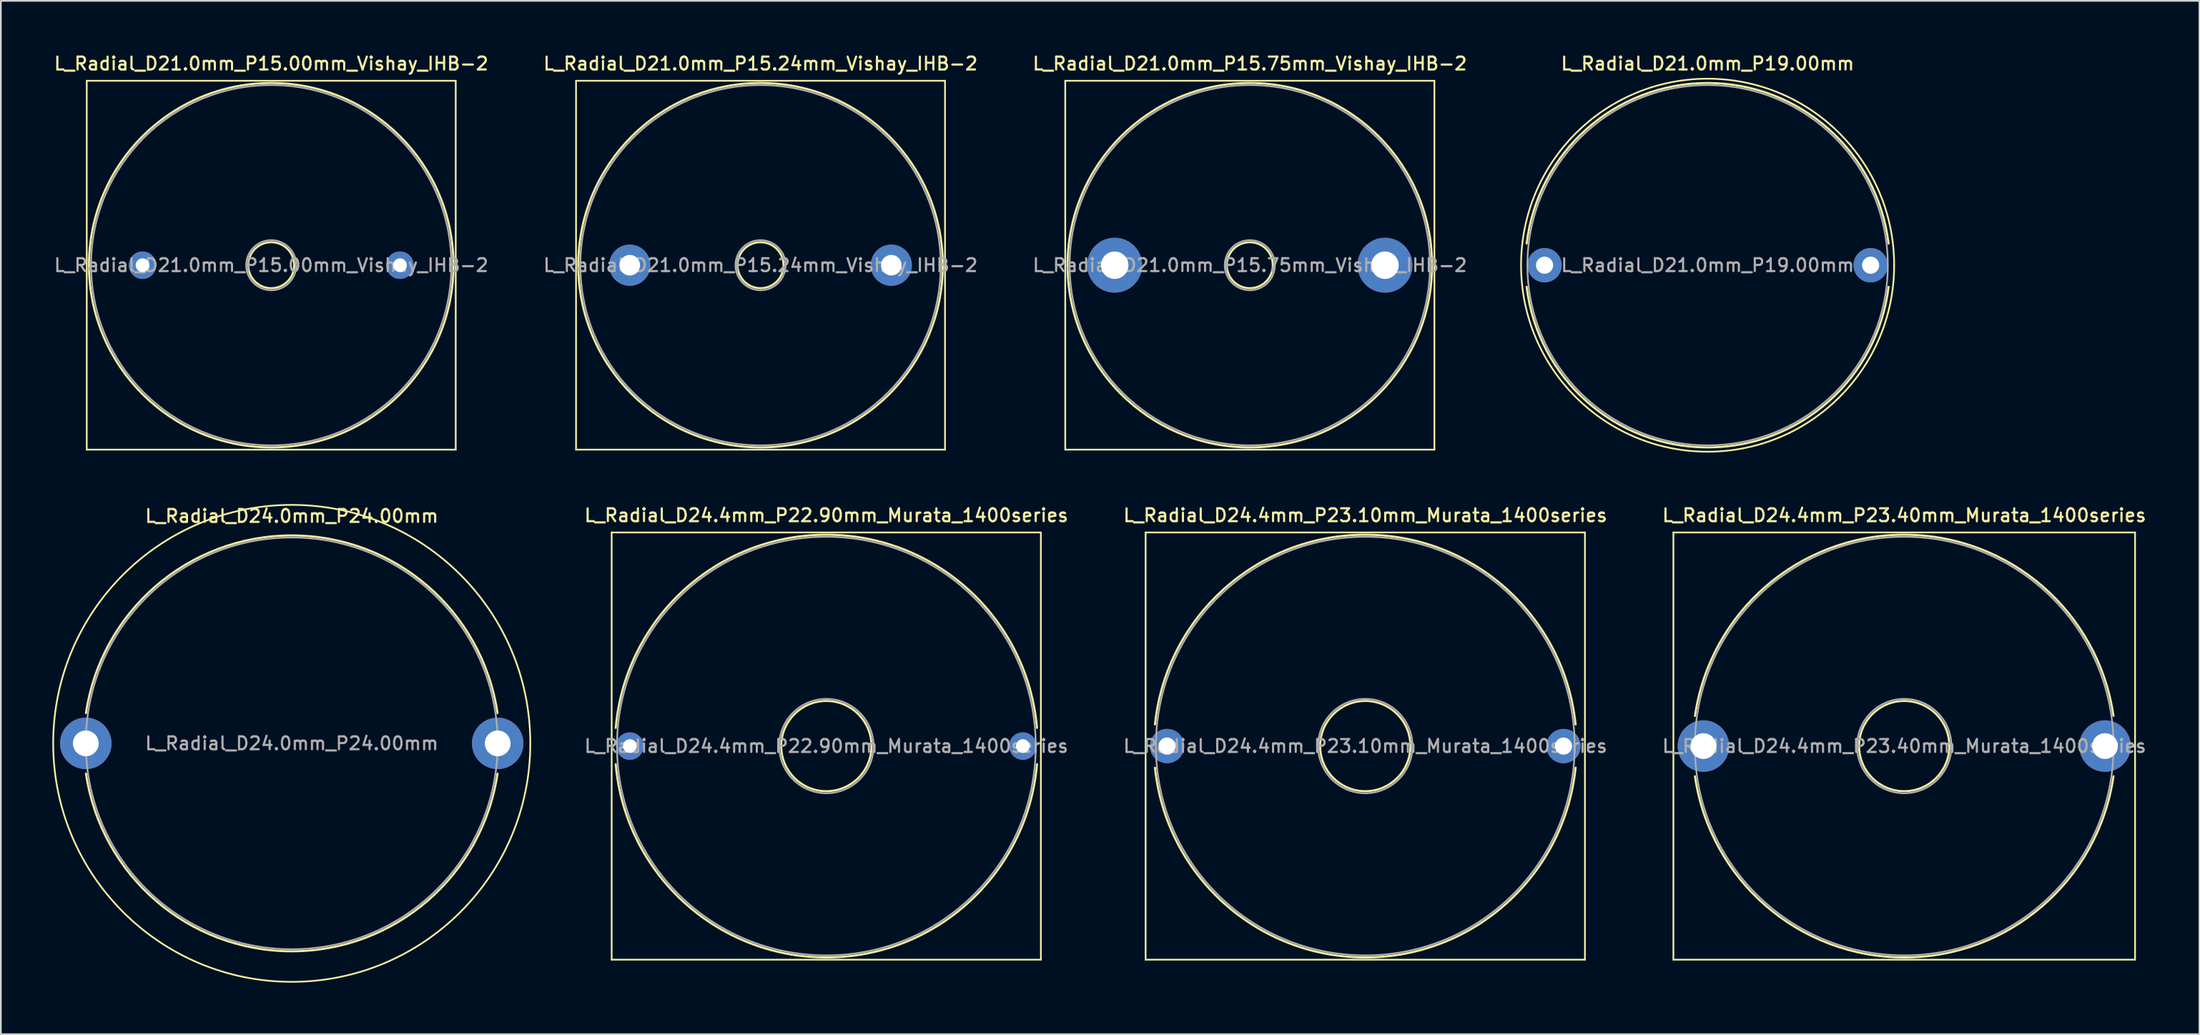
<source format=kicad_pcb>
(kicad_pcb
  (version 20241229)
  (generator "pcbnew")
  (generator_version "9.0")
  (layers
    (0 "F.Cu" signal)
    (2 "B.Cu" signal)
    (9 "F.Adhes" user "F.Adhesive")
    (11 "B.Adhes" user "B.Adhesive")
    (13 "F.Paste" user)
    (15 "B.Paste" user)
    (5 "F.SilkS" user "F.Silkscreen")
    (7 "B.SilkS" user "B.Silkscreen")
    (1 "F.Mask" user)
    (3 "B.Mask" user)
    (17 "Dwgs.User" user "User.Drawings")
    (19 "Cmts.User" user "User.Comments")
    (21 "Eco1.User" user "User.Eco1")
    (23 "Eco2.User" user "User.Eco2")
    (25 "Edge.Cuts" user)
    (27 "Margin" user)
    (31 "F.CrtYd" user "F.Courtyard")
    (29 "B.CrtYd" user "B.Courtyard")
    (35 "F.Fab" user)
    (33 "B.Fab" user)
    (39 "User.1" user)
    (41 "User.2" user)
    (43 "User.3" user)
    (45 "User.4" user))
  (footprint "L_Radial_D24.4mm_P23.40mm_Murata_1400series"
    (layer "F.Cu")
    (at 96.209 40.436)
    (property "Reference" "L_Radial_D24.4mm_P23.40mm_Murata_1400series" (at 11.7 -13.45 0) (layer "F.SilkS") (effects (font (size 0.75 0.75) (thickness 0.125))))
    (attr through_hole)
    (fp_line (start -1.75 -12.45) (end -1.75 12.45) (stroke (width 0.1) (type solid)) (layer "F.SilkS"))
    (fp_line (start -1.75 12.45) (end 25.15 12.45) (stroke (width 0.1) (type solid)) (layer "F.SilkS"))
    (fp_line (start 25.15 -12.45) (end -1.75 -12.45) (stroke (width 0.1) (type solid)) (layer "F.SilkS"))
    (fp_line (start 25.15 12.45) (end 25.15 -12.45) (stroke (width 0.1) (type solid)) (layer "F.SilkS"))
    (fp_arc (start -0.493638 -1.76) (mid 11.7 -12.32) (end 23.893638 -1.76) (stroke (width 0.12) (type solid)) (layer "F.SilkS"))
    (fp_arc (start 23.893638 1.76) (mid 11.7 12.32) (end -0.493638 1.76) (stroke (width 0.12) (type solid)) (layer "F.SilkS"))
    (fp_circle (center 11.7 0) (end 14.33 0) (stroke (width 0.12) (type solid)) (fill no) (layer "F.SilkS"))
    (fp_circle (center 11.7 0) (end 14.45 0) (stroke (width 0.1) (type solid)) (fill no) (layer "F.Fab"))
    (fp_circle (center 11.7 0) (end 23.9 0) (stroke (width 0.1) (type solid)) (fill no) (layer "F.Fab"))
    (fp_text user "${REFERENCE}" (at 11.7 0 0) (layer "F.Fab") (effects (font (size 0.75 0.75) (thickness 0.125))))
    (pad "1" thru_hole circle (at 0 0) (size 3 3) (drill 1.5) (layers "*.Cu" "*.Mask"))
    (pad "2" thru_hole circle (at 23.4 0) (size 3 3) (drill 1.5) (layers "*.Cu" "*.Mask")))
  (footprint "L_Radial_D21.0mm_P15.75mm_Vishay_IHB-2"
    (layer "F.Cu")
    (at 61.902 12.408)
    (property "Reference" "L_Radial_D21.0mm_P15.75mm_Vishay_IHB-2" (at 7.875 -11.75 0) (layer "F.SilkS") (effects (font (size 0.75 0.75) (thickness 0.125))))
    (attr through_hole)
    (fp_line (start -2.88 -10.75) (end -2.88 10.75) (stroke (width 0.1) (type solid)) (layer "F.SilkS"))
    (fp_line (start -2.88 10.75) (end 18.63 10.75) (stroke (width 0.1) (type solid)) (layer "F.SilkS"))
    (fp_line (start 18.63 -10.75) (end -2.88 -10.75) (stroke (width 0.1) (type solid)) (layer "F.SilkS"))
    (fp_line (start 18.63 10.75) (end 18.63 -10.75) (stroke (width 0.1) (type solid)) (layer "F.SilkS"))
    (fp_circle (center 7.875 0) (end 9.215 0) (stroke (width 0.12) (type solid)) (fill no) (layer "F.SilkS"))
    (fp_circle (center 7.875 0) (end 18.495 0) (stroke (width 0.12) (type solid)) (fill no) (layer "F.SilkS"))
    (fp_circle (center 7.875 0) (end 9.335 0) (stroke (width 0.1) (type solid)) (fill no) (layer "F.Fab"))
    (fp_circle (center 7.875 0) (end 18.375 0) (stroke (width 0.1) (type solid)) (fill no) (layer "F.Fab"))
    (fp_text user "${REFERENCE}" (at 7.875 0 0) (layer "F.Fab") (effects (font (size 0.75 0.75) (thickness 0.125))))
    (pad "1" thru_hole circle (at 0 0) (size 3.2 3.2) (drill 1.6) (layers "*.Cu" "*.Mask"))
    (pad "2" thru_hole circle (at 15.75 0) (size 3.2 3.2) (drill 1.6) (layers "*.Cu" "*.Mask")))
  (footprint "L_Radial_D21.0mm_P15.00mm_Vishay_IHB-2"
    (layer "F.Cu")
    (at 5.255 12.408)
    (property "Reference" "L_Radial_D21.0mm_P15.00mm_Vishay_IHB-2" (at 7.5 -11.75 0) (layer "F.SilkS") (effects (font (size 0.75 0.75) (thickness 0.125))))
    (attr through_hole)
    (fp_line (start -3.25 -10.75) (end -3.25 10.75) (stroke (width 0.1) (type solid)) (layer "F.SilkS"))
    (fp_line (start -3.25 10.75) (end 18.25 10.75) (stroke (width 0.1) (type solid)) (layer "F.SilkS"))
    (fp_line (start 18.25 -10.75) (end -3.25 -10.75) (stroke (width 0.1) (type solid)) (layer "F.SilkS"))
    (fp_line (start 18.25 10.75) (end 18.25 -10.75) (stroke (width 0.1) (type solid)) (layer "F.SilkS"))
    (fp_circle (center 7.5 0) (end 8.84 0) (stroke (width 0.12) (type solid)) (fill no) (layer "F.SilkS"))
    (fp_circle (center 7.5 0) (end 18.12 0) (stroke (width 0.12) (type solid)) (fill no) (layer "F.SilkS"))
    (fp_circle (center 7.5 0) (end 8.96 0) (stroke (width 0.1) (type solid)) (fill no) (layer "F.Fab"))
    (fp_circle (center 7.5 0) (end 18 0) (stroke (width 0.1) (type solid)) (fill no) (layer "F.Fab"))
    (fp_text user "${REFERENCE}" (at 7.5 0 0) (layer "F.Fab") (effects (font (size 0.75 0.75) (thickness 0.125))))
    (pad "1" thru_hole circle (at 0 0) (size 1.6 1.6) (drill 0.8) (layers "*.Cu" "*.Mask"))
    (pad "2" thru_hole circle (at 15 0) (size 1.6 1.6) (drill 0.8) (layers "*.Cu" "*.Mask")))
  (footprint "L_Radial_D24.0mm_P24.00mm"
    (layer "F.Cu")
    (at 1.95 40.278)
    (property "Reference" "L_Radial_D24.0mm_P24.00mm" (at 12 -13.25 0) (layer "F.SilkS") (effects (font (size 0.75 0.75) (thickness 0.125))))
    (attr through_hole)
    (fp_arc (start 0.00847 -1.76) (mid 12 -12.12) (end 23.99153 -1.76) (stroke (width 0.12) (type solid)) (layer "F.SilkS"))
    (fp_arc (start 23.99153 1.76) (mid 12 12.12) (end 0.00847 1.76) (stroke (width 0.12) (type solid)) (layer "F.SilkS"))
    (fp_circle (center 12 0) (end 25.9 0) (stroke (width 0.1) (type solid)) (fill no) (layer "F.SilkS"))
    (fp_circle (center 12 0) (end 24 0) (stroke (width 0.1) (type solid)) (fill no) (layer "F.Fab"))
    (fp_text user "${REFERENCE}" (at 12 0 0) (layer "F.Fab") (effects (font (size 0.75 0.75) (thickness 0.125))))
    (pad "1" thru_hole circle (at 0 0) (size 3 3) (drill 1.5) (layers "*.Cu" "*.Mask"))
    (pad "2" thru_hole circle (at 24 0) (size 3 3) (drill 1.5) (layers "*.Cu" "*.Mask")))
  (footprint "L_Radial_D24.4mm_P23.10mm_Murata_1400series"
    (layer "F.Cu")
    (at 64.955 40.436)
    (property "Reference" "L_Radial_D24.4mm_P23.10mm_Murata_1400series" (at 11.55 -13.45 0) (layer "F.SilkS") (effects (font (size 0.75 0.75) (thickness 0.125))))
    (attr through_hole)
    (fp_line (start -1.25 -12.45) (end -1.25 12.45) (stroke (width 0.1) (type solid)) (layer "F.SilkS"))
    (fp_line (start -1.25 12.45) (end 24.35 12.45) (stroke (width 0.1) (type solid)) (layer "F.SilkS"))
    (fp_line (start 24.35 -12.45) (end -1.25 -12.45) (stroke (width 0.1) (type solid)) (layer "F.SilkS"))
    (fp_line (start 24.35 12.45) (end 24.35 -12.45) (stroke (width 0.1) (type solid)) (layer "F.SilkS"))
    (fp_arc (start -0.705399 -1.26) (mid 11.55 -12.32) (end 23.805399 -1.26) (stroke (width 0.12) (type solid)) (layer "F.SilkS"))
    (fp_arc (start 23.805399 1.26) (mid 11.55 12.32) (end -0.705399 1.26) (stroke (width 0.12) (type solid)) (layer "F.SilkS"))
    (fp_circle (center 11.55 0) (end 14.18 0) (stroke (width 0.12) (type solid)) (fill no) (layer "F.SilkS"))
    (fp_circle (center 11.55 0) (end 14.3 0) (stroke (width 0.1) (type solid)) (fill no) (layer "F.Fab"))
    (fp_circle (center 11.55 0) (end 23.75 0) (stroke (width 0.1) (type solid)) (fill no) (layer "F.Fab"))
    (fp_text user "${REFERENCE}" (at 11.55 0 0) (layer "F.Fab") (effects (font (size 0.75 0.75) (thickness 0.125))))
    (pad "1" thru_hole circle (at 0 0) (size 2 2) (drill 1) (layers "*.Cu" "*.Mask"))
    (pad "2" thru_hole circle (at 23.1 0) (size 2 2) (drill 1) (layers "*.Cu" "*.Mask")))
  (footprint "L_Radial_D24.4mm_P22.90mm_Murata_1400series"
    (layer "F.Cu")
    (at 33.652 40.436)
    (property "Reference" "L_Radial_D24.4mm_P22.90mm_Murata_1400series" (at 11.45 -13.45 0) (layer "F.SilkS") (effects (font (size 0.75 0.75) (thickness 0.125))))
    (attr through_hole)
    (fp_line (start -1.06 -12.45) (end -1.06 12.45) (stroke (width 0.1) (type solid)) (layer "F.SilkS"))
    (fp_line (start -1.06 12.45) (end 23.95 12.45) (stroke (width 0.1) (type solid)) (layer "F.SilkS"))
    (fp_line (start 23.95 -12.45) (end -1.06 -12.45) (stroke (width 0.1) (type solid)) (layer "F.SilkS"))
    (fp_line (start 23.95 12.45) (end 23.95 -12.45) (stroke (width 0.1) (type solid)) (layer "F.SilkS"))
    (fp_arc (start -0.824315 -1.06) (mid 11.45 -12.32) (end 23.724315 -1.06) (stroke (width 0.12) (type solid)) (layer "F.SilkS"))
    (fp_arc (start 23.724315 1.06) (mid 11.45 12.32) (end -0.824315 1.06) (stroke (width 0.12) (type solid)) (layer "F.SilkS"))
    (fp_circle (center 11.45 0) (end 14.08 0) (stroke (width 0.12) (type solid)) (fill no) (layer "F.SilkS"))
    (fp_circle (center 11.45 0) (end 14.2 0) (stroke (width 0.1) (type solid)) (fill no) (layer "F.Fab"))
    (fp_circle (center 11.45 0) (end 23.65 0) (stroke (width 0.1) (type solid)) (fill no) (layer "F.Fab"))
    (fp_text user "${REFERENCE}" (at 11.45 0 0) (layer "F.Fab") (effects (font (size 0.75 0.75) (thickness 0.125))))
    (pad "1" thru_hole circle (at 0 0) (size 1.6 1.6) (drill 0.8) (layers "*.Cu" "*.Mask"))
    (pad "2" thru_hole circle (at 22.9 0) (size 1.6 1.6) (drill 0.8) (layers "*.Cu" "*.Mask")))
  (footprint "L_Radial_D21.0mm_P19.00mm"
    (layer "F.Cu")
    (at 86.952 12.408)
    (property "Reference" "L_Radial_D21.0mm_P19.00mm" (at 9.5 -11.75 0) (layer "F.SilkS") (effects (font (size 0.75 0.75) (thickness 0.125))))
    (attr through_hole)
    (fp_arc (start -1.044989 -1.26) (mid 9.5 -10.62) (end 20.044989 -1.26) (stroke (width 0.12) (type solid)) (layer "F.SilkS"))
    (fp_arc (start 20.044989 1.26) (mid 9.5 10.62) (end -1.044989 1.26) (stroke (width 0.12) (type solid)) (layer "F.SilkS"))
    (fp_circle (center 9.5 0) (end 20.37 0) (stroke (width 0.1) (type solid)) (fill no) (layer "F.SilkS"))
    (fp_circle (center 9.5 0) (end 20 0) (stroke (width 0.1) (type solid)) (fill no) (layer "F.Fab"))
    (fp_text user "${REFERENCE}" (at 9.5 0 0) (layer "F.Fab") (effects (font (size 0.75 0.75) (thickness 0.125))))
    (pad "1" thru_hole circle (at 0 0) (size 2 2) (drill 1) (layers "*.Cu" "*.Mask"))
    (pad "2" thru_hole circle (at 19 0) (size 2 2) (drill 1) (layers "*.Cu" "*.Mask")))
  (footprint "L_Radial_D21.0mm_P15.24mm_Vishay_IHB-2"
    (layer "F.Cu")
    (at 33.646 12.408)
    (property "Reference" "L_Radial_D21.0mm_P15.24mm_Vishay_IHB-2" (at 7.62 -11.75 0) (layer "F.SilkS") (effects (font (size 0.75 0.75) (thickness 0.125))))
    (attr through_hole)
    (fp_line (start -3.13 -10.75) (end -3.13 10.75) (stroke (width 0.1) (type solid)) (layer "F.SilkS"))
    (fp_line (start -3.13 10.75) (end 18.37 10.75) (stroke (width 0.1) (type solid)) (layer "F.SilkS"))
    (fp_line (start 18.37 -10.75) (end -3.13 -10.75) (stroke (width 0.1) (type solid)) (layer "F.SilkS"))
    (fp_line (start 18.37 10.75) (end 18.37 -10.75) (stroke (width 0.1) (type solid)) (layer "F.SilkS"))
    (fp_circle (center 7.62 0) (end 8.96 0) (stroke (width 0.12) (type solid)) (fill no) (layer "F.SilkS"))
    (fp_circle (center 7.62 0) (end 18.24 0) (stroke (width 0.12) (type solid)) (fill no) (layer "F.SilkS"))
    (fp_circle (center 7.62 0) (end 9.08 0) (stroke (width 0.1) (type solid)) (fill no) (layer "F.Fab"))
    (fp_circle (center 7.62 0) (end 18.12 0) (stroke (width 0.1) (type solid)) (fill no) (layer "F.Fab"))
    (fp_text user "${REFERENCE}" (at 7.62 0 0) (layer "F.Fab") (effects (font (size 0.75 0.75) (thickness 0.125))))
    (pad "1" thru_hole circle (at 0 0) (size 2.4 2.4) (drill 1.2) (layers "*.Cu" "*.Mask"))
    (pad "2" thru_hole circle (at 15.24 0) (size 2.4 2.4) (drill 1.2) (layers "*.Cu" "*.Mask")))
  (gr_rect
    (start -3 -3)
    (end 125.111 57.228)
    (stroke (width 0.1) (type default))
    (fill no)
    (layer "Edge.Cuts")))
</source>
